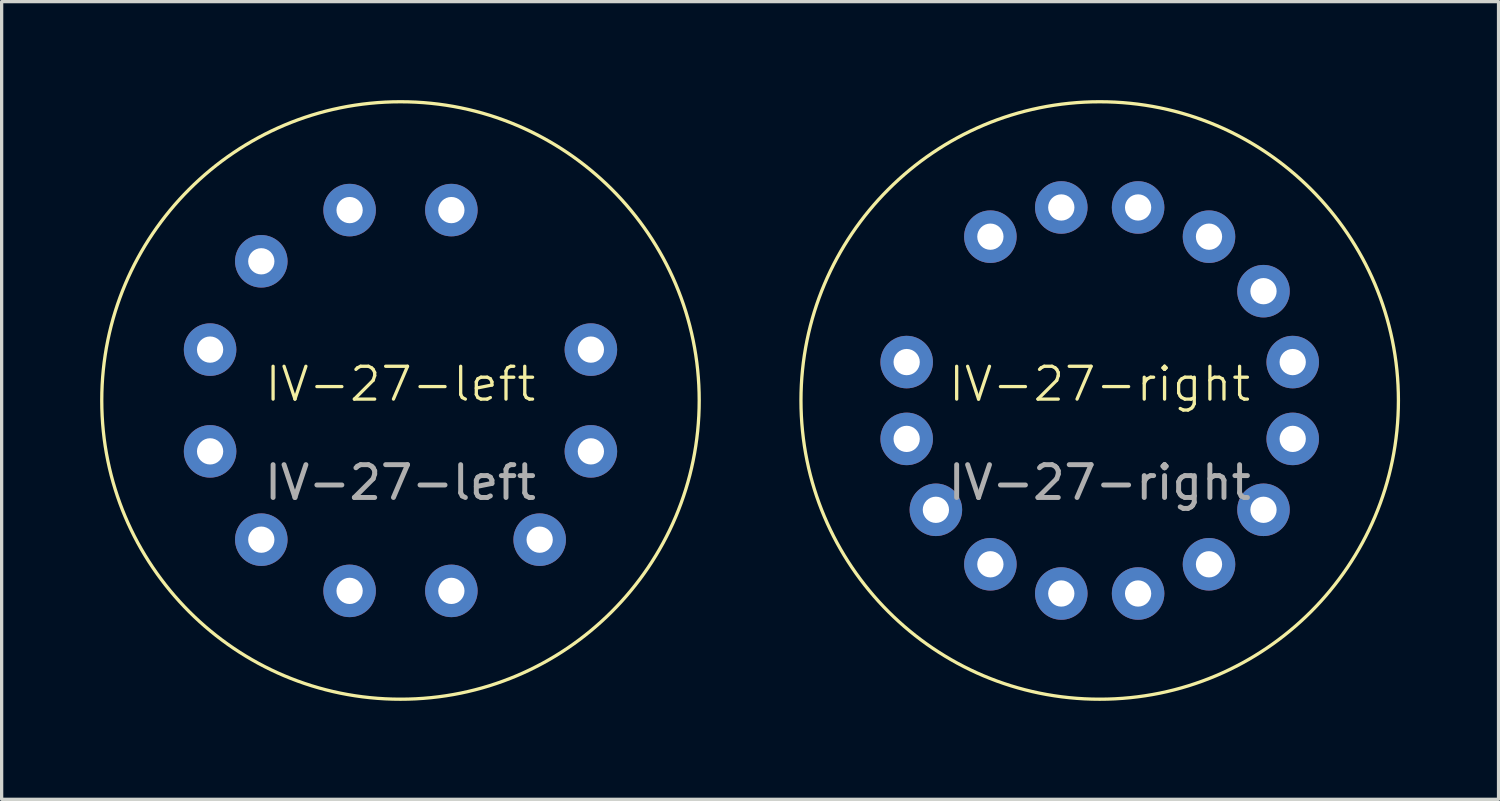
<source format=kicad_pcb>
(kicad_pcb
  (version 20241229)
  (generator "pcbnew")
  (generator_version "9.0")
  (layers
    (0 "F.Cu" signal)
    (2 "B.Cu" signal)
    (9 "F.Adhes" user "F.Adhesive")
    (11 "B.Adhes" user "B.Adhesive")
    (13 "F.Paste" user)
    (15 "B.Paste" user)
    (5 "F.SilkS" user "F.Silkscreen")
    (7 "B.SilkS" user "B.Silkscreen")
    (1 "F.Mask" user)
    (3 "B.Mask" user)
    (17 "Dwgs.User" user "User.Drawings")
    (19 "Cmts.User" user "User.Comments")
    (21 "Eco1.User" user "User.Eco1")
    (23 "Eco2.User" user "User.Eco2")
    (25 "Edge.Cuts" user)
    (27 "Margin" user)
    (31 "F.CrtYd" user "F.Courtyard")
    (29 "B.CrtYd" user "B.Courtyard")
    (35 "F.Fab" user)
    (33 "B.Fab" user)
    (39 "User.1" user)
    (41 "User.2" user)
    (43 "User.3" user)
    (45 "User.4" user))
  (footprint "IV-27-left"
    (layer "F.Cu")
    (at 9.15 9.15)
    (property "Reference" "IV-27-left" (at 0 -0.5 0) (unlocked yes) (layer "F.SilkS") (effects (font (size 1 1) (thickness 0.1))))
    (attr through_hole)
    (fp_circle (center 0 0) (end 9.1 0) (stroke (width 0.1) (type solid)) (fill no) (layer "F.SilkS"))
    (fp_text user "${REFERENCE}" (at 0 2.5 0) (unlocked yes) (layer "F.Fab") (effects (font (size 1 1) (thickness 0.15))))
    (pad "1" thru_hole circle (at 1.55 -5.8) (size 1.6 1.6) (drill 0.8) (layers "*.Cu" "*.Mask"))
    (pad "2" thru_hole circle (at -1.55 -5.8) (size 1.6 1.6) (drill 0.8) (layers "*.Cu" "*.Mask" "F.Paste"))
    (pad "3" thru_hole circle (at -4.24 -4.24) (size 1.6 1.6) (drill 0.8) (layers "*.Cu" "*.Mask"))
    (pad "4" thru_hole circle (at -5.8 -1.55) (size 1.6 1.6) (drill 0.8) (layers "*.Cu" "*.Mask"))
    (pad "5" thru_hole circle (at -5.8 1.55) (size 1.6 1.6) (drill 0.8) (layers "*.Cu" "*.Mask"))
    (pad "6" thru_hole circle (at -4.24 4.24) (size 1.6 1.6) (drill 0.8) (layers "*.Cu" "*.Mask"))
    (pad "7" thru_hole circle (at -1.55 5.8) (size 1.6 1.6) (drill 0.8) (layers "*.Cu" "*.Mask"))
    (pad "8" thru_hole circle (at 1.55 5.8) (size 1.6 1.6) (drill 0.8) (layers "*.Cu" "*.Mask"))
    (pad "9" thru_hole circle (at 4.24 4.24) (size 1.6 1.6) (drill 0.8) (layers "*.Cu" "*.Mask"))
    (pad "10" thru_hole circle (at 5.8 1.55) (size 1.6 1.6) (drill 0.8) (layers "*.Cu" "*.Mask"))
    (pad "11" thru_hole circle (at 5.8 -1.55) (size 1.6 1.6) (drill 0.8) (layers "*.Cu" "*.Mask")))
  (footprint "IV-27-right"
    (layer "F.Cu")
    (at 30.45 9.15)
    (property "Reference" "IV-27-right" (at 0 -0.5 0) (unlocked yes) (layer "F.SilkS") (effects (font (size 1 1) (thickness 0.1))))
    (attr through_hole)
    (fp_circle (center 0 0) (end 9.1 0) (stroke (width 0.1) (type solid)) (fill no) (layer "F.SilkS"))
    (fp_text user "${REFERENCE}" (at 0 2.5 0) (unlocked yes) (layer "F.Fab") (effects (font (size 1 1) (thickness 0.15))))
    (pad "1" thru_hole circle (at -3.33 -4.99) (size 1.6 1.6) (drill 0.8) (layers "*.Cu" "*.Mask"))
    (pad "2" thru_hole circle (at -1.17 -5.88) (size 1.6 1.6) (drill 0.8) (layers "*.Cu" "*.Mask"))
    (pad "3" thru_hole circle (at 1.17 -5.88) (size 1.6 1.6) (drill 0.8) (layers "*.Cu" "*.Mask"))
    (pad "4" thru_hole circle (at 3.33 -4.99) (size 1.6 1.6) (drill 0.8) (layers "*.Cu" "*.Mask"))
    (pad "5" thru_hole circle (at 4.99 -3.33) (size 1.6 1.6) (drill 0.8) (layers "*.Cu" "*.Mask"))
    (pad "6" thru_hole circle (at 5.88 -1.17) (size 1.6 1.6) (drill 0.8) (layers "*.Cu" "*.Mask"))
    (pad "7" thru_hole circle (at 5.88 1.17) (size 1.6 1.6) (drill 0.8) (layers "*.Cu" "*.Mask"))
    (pad "8" thru_hole circle (at 4.99 3.33) (size 1.6 1.6) (drill 0.8) (layers "*.Cu" "*.Mask"))
    (pad "9" thru_hole circle (at 3.33 4.99) (size 1.6 1.6) (drill 0.8) (layers "*.Cu" "*.Mask"))
    (pad "10" thru_hole circle (at 1.17 5.88) (size 1.6 1.6) (drill 0.8) (layers "*.Cu" "*.Mask"))
    (pad "11" thru_hole circle (at -1.17 5.88) (size 1.6 1.6) (drill 0.8) (layers "*.Cu" "*.Mask"))
    (pad "12" thru_hole circle (at -3.33 4.99) (size 1.6 1.6) (drill 0.8) (layers "*.Cu" "*.Mask"))
    (pad "13" thru_hole circle (at -4.99 3.33) (size 1.6 1.6) (drill 0.8) (layers "*.Cu" "*.Mask"))
    (pad "14" thru_hole circle (at -5.88 1.17) (size 1.6 1.6) (drill 0.8) (layers "*.Cu" "*.Mask"))
    (pad "15" thru_hole circle (at -5.88 -1.17) (size 1.6 1.6) (drill 0.8) (layers "*.Cu" "*.Mask")))
  (gr_rect
    (start -3 -3)
    (end 42.6 21.3)
    (stroke (width 0.1) (type default))
    (fill no)
    (layer "Edge.Cuts")))
</source>
